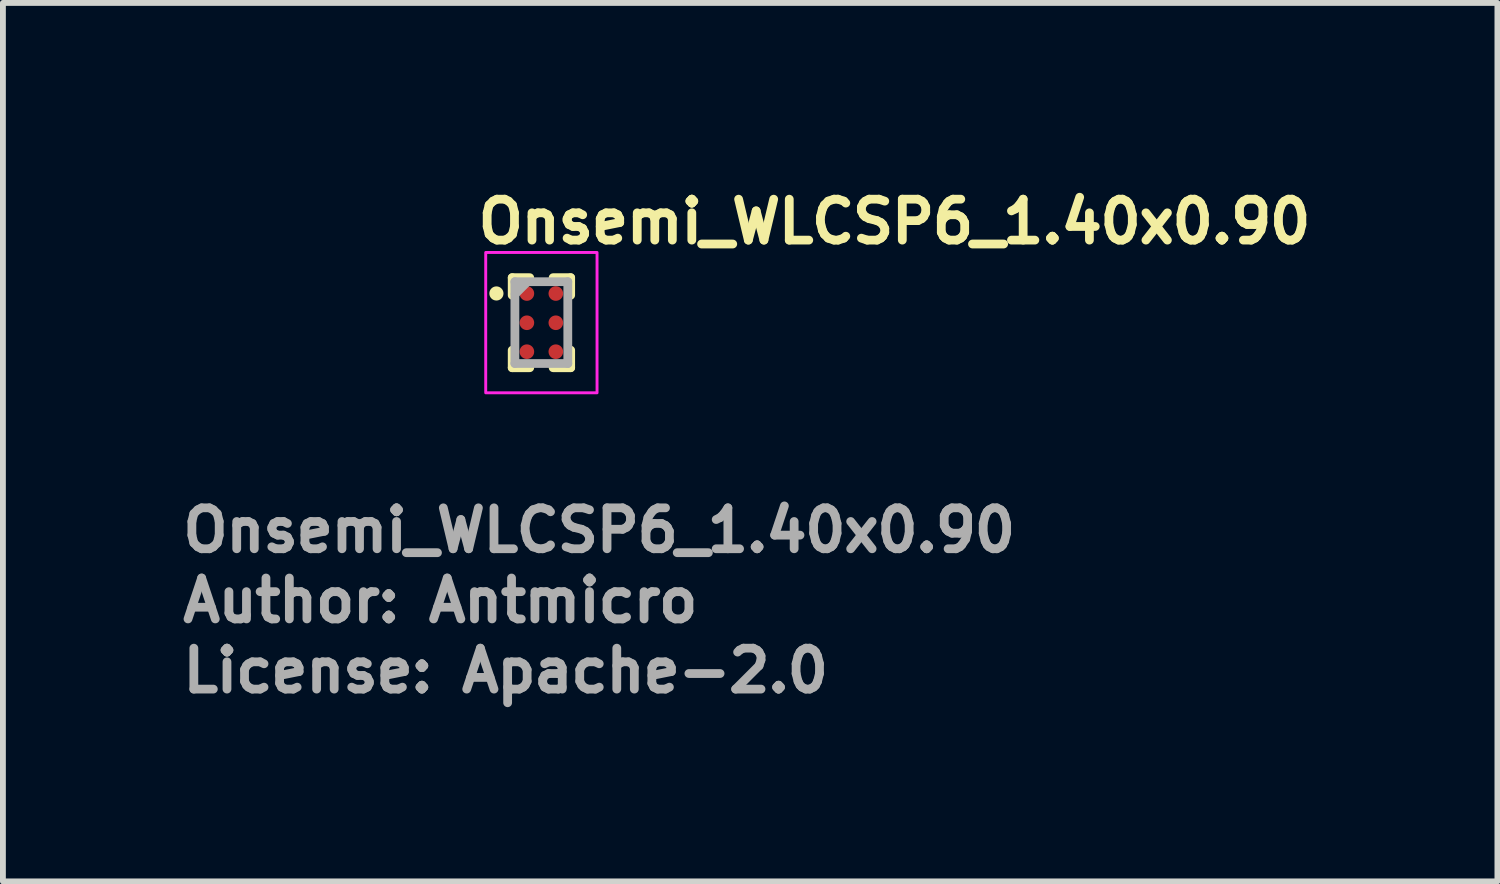
<source format=kicad_pcb>
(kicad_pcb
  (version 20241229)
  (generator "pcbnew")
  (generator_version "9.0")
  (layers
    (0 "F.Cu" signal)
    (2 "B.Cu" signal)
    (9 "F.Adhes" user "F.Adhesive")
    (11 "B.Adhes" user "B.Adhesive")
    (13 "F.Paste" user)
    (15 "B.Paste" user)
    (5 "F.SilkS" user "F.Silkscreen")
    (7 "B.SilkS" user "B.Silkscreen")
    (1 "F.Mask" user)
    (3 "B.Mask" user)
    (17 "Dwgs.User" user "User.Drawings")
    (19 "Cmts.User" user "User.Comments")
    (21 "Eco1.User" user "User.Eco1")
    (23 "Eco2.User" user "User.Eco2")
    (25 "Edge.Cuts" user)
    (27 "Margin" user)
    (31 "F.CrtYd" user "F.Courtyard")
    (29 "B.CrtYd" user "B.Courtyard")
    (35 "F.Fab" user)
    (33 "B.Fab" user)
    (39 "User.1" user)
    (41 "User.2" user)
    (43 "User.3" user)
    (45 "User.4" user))
  (footprint "Onsemi_WLCSP6_1.40x0.90"
    (layer "F.Cu")
    (at 6.21 2.469)
    (property "Reference" "Onsemi_WLCSP6_1.40x0.90" (at -1.16 -1.319 0) (layer "F.SilkS") (effects (font (size 0.7 0.7) (thickness 0.15)) (justify left bottom)))
    (attr smd)
    (fp_line (start -0.5 -0.47) (end -0.5 -0.77) (stroke (width 0.15) (type solid)) (layer "F.SilkS"))
    (fp_line (start -0.5 0.47) (end -0.5 0.77) (stroke (width 0.15) (type solid)) (layer "F.SilkS"))
    (fp_line (start -0.2 -0.77) (end -0.5 -0.77) (stroke (width 0.15) (type solid)) (layer "F.SilkS"))
    (fp_line (start -0.2 0.77) (end -0.5 0.77) (stroke (width 0.15) (type solid)) (layer "F.SilkS"))
    (fp_line (start 0.2 -0.77) (end 0.5 -0.77) (stroke (width 0.15) (type solid)) (layer "F.SilkS"))
    (fp_line (start 0.2 0.77) (end 0.5 0.77) (stroke (width 0.15) (type solid)) (layer "F.SilkS"))
    (fp_line (start 0.5 -0.47) (end 0.5 -0.77) (stroke (width 0.15) (type solid)) (layer "F.SilkS"))
    (fp_line (start 0.5 0.47) (end 0.5 0.77) (stroke (width 0.15) (type solid)) (layer "F.SilkS"))
    (fp_circle (center -0.77 -0.5) (end -0.724 -0.5) (stroke (width 0.15) (type solid)) (fill yes) (layer "F.SilkS"))
    (fp_rect (start -0.953 -1.201) (end 0.951 1.199) (stroke (width 0.05) (type solid)) (fill no) (layer "F.CrtYd"))
    (fp_line (start -0.454 0.698) (end -0.454 -0.701) (stroke (width 0.15) (type solid)) (layer "F.Fab"))
    (fp_line (start -0.25 -0.69) (end -0.45 -0.49) (stroke (width 0.15) (type solid)) (layer "F.Fab"))
    (fp_line (start 0.451 -0.701) (end -0.454 -0.701) (stroke (width 0.15) (type solid)) (layer "F.Fab"))
    (fp_line (start 0.451 0.698) (end -0.454 0.698) (stroke (width 0.15) (type solid)) (layer "F.Fab"))
    (fp_line (start 0.451 0.698) (end 0.451 -0.701) (stroke (width 0.15) (type solid)) (layer "F.Fab"))
    (fp_rect (start -0.453 -0.701) (end 0.451 0.699) (stroke (width 0.1) (type solid)) (fill no) (layer "User.5"))
    (fp_rect (start -0.453 -0.701) (end 0.451 0.699) (stroke (width 0.1) (type solid)) (fill no) (layer "User.5"))
    (fp_line (start -0.453 -0.701) (end 0.451 -0.701) (stroke (width 0.02) (type solid)) (layer "User.9"))
    (fp_line (start -0.453 0.699) (end -0.453 -0.701) (stroke (width 0.02) (type solid)) (layer "User.9"))
    (fp_line (start -0.453 0.699) (end 0.451 0.699) (stroke (width 0.02) (type solid)) (layer "User.9"))
    (fp_line (start -0.396 -0.596) (end -0.396 -0.593) (stroke (width 0.02) (type solid)) (layer "User.9"))
    (fp_line (start -0.396 -0.593) (end -0.396 -0.59) (stroke (width 0.02) (type solid)) (layer "User.9"))
    (fp_line (start -0.396 -0.59) (end -0.396 -0.587) (stroke (width 0.02) (type solid)) (layer "User.9"))
    (fp_line (start -0.396 -0.587) (end -0.396 -0.587) (stroke (width 0.02) (type solid)) (layer "User.9"))
    (fp_line (start -0.396 -0.587) (end -0.396 -0.584) (stroke (width 0.02) (type solid)) (layer "User.9"))
    (fp_line (start -0.396 -0.584) (end -0.396 -0.581) (stroke (width 0.02) (type solid)) (layer "User.9"))
    (fp_line (start -0.396 -0.581) (end -0.396 -0.578) (stroke (width 0.02) (type solid)) (layer "User.9"))
    (fp_line (start -0.396 -0.578) (end -0.395 -0.577) (stroke (width 0.02) (type solid)) (layer "User.9"))
    (fp_line (start -0.395 -0.598) (end -0.396 -0.596) (stroke (width 0.02) (type solid)) (layer "User.9"))
    (fp_line (start -0.395 -0.577) (end -0.394 -0.575) (stroke (width 0.02) (type solid)) (layer "User.9"))
    (fp_line (start -0.394 -0.604) (end -0.394 -0.601) (stroke (width 0.02) (type solid)) (layer "User.9"))
    (fp_line (start -0.394 -0.601) (end -0.395 -0.598) (stroke (width 0.02) (type solid)) (layer "User.9"))
    (fp_line (start -0.394 -0.575) (end -0.394 -0.572) (stroke (width 0.02) (type solid)) (layer "User.9"))
    (fp_line (start -0.394 -0.572) (end -0.393 -0.57) (stroke (width 0.02) (type solid)) (layer "User.9"))
    (fp_line (start -0.393 -0.606) (end -0.394 -0.604) (stroke (width 0.02) (type solid)) (layer "User.9"))
    (fp_line (start -0.393 -0.57) (end -0.392 -0.567) (stroke (width 0.02) (type solid)) (layer "User.9"))
    (fp_line (start -0.392 -0.609) (end -0.393 -0.606) (stroke (width 0.02) (type solid)) (layer "User.9"))
    (fp_line (start -0.392 -0.567) (end -0.391 -0.565) (stroke (width 0.02) (type solid)) (layer "User.9"))
    (fp_line (start -0.391 -0.611) (end -0.392 -0.609) (stroke (width 0.02) (type solid)) (layer "User.9"))
    (fp_line (start -0.391 -0.565) (end -0.389 -0.563) (stroke (width 0.02) (type solid)) (layer "User.9"))
    (fp_line (start -0.389 -0.614) (end -0.391 -0.611) (stroke (width 0.02) (type solid)) (layer "User.9"))
    (fp_line (start -0.389 -0.563) (end -0.388 -0.561) (stroke (width 0.02) (type solid)) (layer "User.9"))
    (fp_line (start -0.388 -0.616) (end -0.389 -0.614) (stroke (width 0.02) (type solid)) (layer "User.9"))
    (fp_line (start -0.388 -0.561) (end -0.387 -0.559) (stroke (width 0.02) (type solid)) (layer "User.9"))
    (fp_line (start -0.387 -0.618) (end -0.388 -0.616) (stroke (width 0.02) (type solid)) (layer "User.9"))
    (fp_line (start -0.387 -0.559) (end -0.382 -0.556) (stroke (width 0.02) (type solid)) (layer "User.9"))
    (fp_line (start -0.382 -0.621) (end -0.387 -0.618) (stroke (width 0.02) (type solid)) (layer "User.9"))
    (fp_line (start -0.382 -0.556) (end -0.38 -0.554) (stroke (width 0.02) (type solid)) (layer "User.9"))
    (fp_line (start -0.38 -0.623) (end -0.382 -0.621) (stroke (width 0.02) (type solid)) (layer "User.9"))
    (fp_line (start -0.38 -0.554) (end -0.379 -0.552) (stroke (width 0.02) (type solid)) (layer "User.9"))
    (fp_line (start -0.379 -0.625) (end -0.38 -0.623) (stroke (width 0.02) (type solid)) (layer "User.9"))
    (fp_line (start -0.379 -0.552) (end -0.377 -0.55) (stroke (width 0.02) (type solid)) (layer "User.9"))
    (fp_line (start -0.377 -0.627) (end -0.379 -0.625) (stroke (width 0.02) (type solid)) (layer "User.9"))
    (fp_line (start -0.377 -0.55) (end -0.375 -0.548) (stroke (width 0.02) (type solid)) (layer "User.9"))
    (fp_line (start -0.375 -0.629) (end -0.377 -0.627) (stroke (width 0.02) (type solid)) (layer "User.9"))
    (fp_line (start -0.375 -0.548) (end -0.373 -0.547) (stroke (width 0.02) (type solid)) (layer "User.9"))
    (fp_line (start -0.373 -0.63) (end -0.375 -0.629) (stroke (width 0.02) (type solid)) (layer "User.9"))
    (fp_line (start -0.373 -0.547) (end -0.371 -0.545) (stroke (width 0.02) (type solid)) (layer "User.9"))
    (fp_line (start -0.371 -0.632) (end -0.373 -0.63) (stroke (width 0.02) (type solid)) (layer "User.9"))
    (fp_line (start -0.371 -0.545) (end -0.368 -0.543) (stroke (width 0.02) (type solid)) (layer "User.9"))
    (fp_line (start -0.368 -0.634) (end -0.371 -0.632) (stroke (width 0.02) (type solid)) (layer "User.9"))
    (fp_line (start -0.368 -0.543) (end -0.366 -0.542) (stroke (width 0.02) (type solid)) (layer "User.9"))
    (fp_line (start -0.366 -0.635) (end -0.368 -0.634) (stroke (width 0.02) (type solid)) (layer "User.9"))
    (fp_line (start -0.366 -0.542) (end -0.364 -0.541) (stroke (width 0.02) (type solid)) (layer "User.9"))
    (fp_line (start -0.364 -0.636) (end -0.366 -0.635) (stroke (width 0.02) (type solid)) (layer "User.9"))
    (fp_line (start -0.364 -0.541) (end -0.361 -0.539) (stroke (width 0.02) (type solid)) (layer "User.9"))
    (fp_line (start -0.361 -0.638) (end -0.364 -0.636) (stroke (width 0.02) (type solid)) (layer "User.9"))
    (fp_line (start -0.361 -0.539) (end -0.359 -0.538) (stroke (width 0.02) (type solid)) (layer "User.9"))
    (fp_line (start -0.359 -0.639) (end -0.361 -0.638) (stroke (width 0.02) (type solid)) (layer "User.9"))
    (fp_line (start -0.359 -0.538) (end -0.356 -0.537) (stroke (width 0.02) (type solid)) (layer "User.9"))
    (fp_line (start -0.356 -0.643) (end -0.359 -0.639) (stroke (width 0.02) (type solid)) (layer "User.9"))
    (fp_line (start -0.356 -0.537) (end -0.354 -0.536) (stroke (width 0.02) (type solid)) (layer "User.9"))
    (fp_line (start -0.354 -0.644) (end -0.356 -0.643) (stroke (width 0.02) (type solid)) (layer "User.9"))
    (fp_line (start -0.354 -0.536) (end -0.352 -0.536) (stroke (width 0.02) (type solid)) (layer "User.9"))
    (fp_line (start -0.352 -0.644) (end -0.354 -0.644) (stroke (width 0.02) (type solid)) (layer "User.9"))
    (fp_line (start -0.352 -0.536) (end -0.35 -0.535) (stroke (width 0.02) (type solid)) (layer "User.9"))
    (fp_line (start -0.35 -0.645) (end -0.352 -0.644) (stroke (width 0.02) (type solid)) (layer "User.9"))
    (fp_line (start -0.35 -0.535) (end -0.348 -0.534) (stroke (width 0.02) (type solid)) (layer "User.9"))
    (fp_line (start -0.348 -0.646) (end -0.35 -0.645) (stroke (width 0.02) (type solid)) (layer "User.9"))
    (fp_line (start -0.348 -0.534) (end -0.345 -0.534) (stroke (width 0.02) (type solid)) (layer "User.9"))
    (fp_line (start -0.345 -0.646) (end -0.348 -0.646) (stroke (width 0.02) (type solid)) (layer "User.9"))
    (fp_line (start -0.345 -0.534) (end -0.343 -0.534) (stroke (width 0.02) (type solid)) (layer "User.9"))
    (fp_line (start -0.343 -0.646) (end -0.345 -0.646) (stroke (width 0.02) (type solid)) (layer "User.9"))
    (fp_line (start -0.343 -0.534) (end -0.34 -0.534) (stroke (width 0.02) (type solid)) (layer "User.9"))
    (fp_line (start -0.34 -0.646) (end -0.343 -0.646) (stroke (width 0.02) (type solid)) (layer "User.9"))
    (fp_line (start -0.34 -0.646) (end -0.34 -0.646) (stroke (width 0.02) (type solid)) (layer "User.9"))
    (fp_line (start -0.34 -0.534) (end -0.34 -0.534) (stroke (width 0.02) (type solid)) (layer "User.9"))
    (fp_line (start -0.34 -0.534) (end -0.337 -0.534) (stroke (width 0.02) (type solid)) (layer "User.9"))
    (fp_line (start -0.337 -0.646) (end -0.34 -0.646) (stroke (width 0.02) (type solid)) (layer "User.9"))
    (fp_line (start -0.337 -0.534) (end -0.334 -0.534) (stroke (width 0.02) (type solid)) (layer "User.9"))
    (fp_line (start -0.334 -0.646) (end -0.337 -0.646) (stroke (width 0.02) (type solid)) (layer "User.9"))
    (fp_line (start -0.334 -0.534) (end -0.331 -0.534) (stroke (width 0.02) (type solid)) (layer "User.9"))
    (fp_line (start -0.331 -0.646) (end -0.334 -0.646) (stroke (width 0.02) (type solid)) (layer "User.9"))
    (fp_line (start -0.331 -0.534) (end -0.329 -0.535) (stroke (width 0.02) (type solid)) (layer "User.9"))
    (fp_line (start -0.329 -0.645) (end -0.331 -0.646) (stroke (width 0.02) (type solid)) (layer "User.9"))
    (fp_line (start -0.329 -0.535) (end -0.326 -0.536) (stroke (width 0.02) (type solid)) (layer "User.9"))
    (fp_line (start -0.326 -0.644) (end -0.329 -0.645) (stroke (width 0.02) (type solid)) (layer "User.9"))
    (fp_line (start -0.326 -0.536) (end -0.323 -0.536) (stroke (width 0.02) (type solid)) (layer "User.9"))
    (fp_line (start -0.323 -0.644) (end -0.326 -0.644) (stroke (width 0.02) (type solid)) (layer "User.9"))
    (fp_line (start -0.323 -0.536) (end -0.318 -0.537) (stroke (width 0.02) (type solid)) (layer "User.9"))
    (fp_line (start -0.318 -0.643) (end -0.323 -0.644) (stroke (width 0.02) (type solid)) (layer "User.9"))
    (fp_line (start -0.318 -0.537) (end -0.315 -0.538) (stroke (width 0.02) (type solid)) (layer "User.9"))
    (fp_line (start -0.315 -0.639) (end -0.318 -0.643) (stroke (width 0.02) (type solid)) (layer "User.9"))
    (fp_line (start -0.315 -0.538) (end -0.313 -0.539) (stroke (width 0.02) (type solid)) (layer "User.9"))
    (fp_line (start -0.313 -0.638) (end -0.315 -0.639) (stroke (width 0.02) (type solid)) (layer "User.9"))
    (fp_line (start -0.313 -0.539) (end -0.31 -0.541) (stroke (width 0.02) (type solid)) (layer "User.9"))
    (fp_line (start -0.31 -0.636) (end -0.313 -0.638) (stroke (width 0.02) (type solid)) (layer "User.9"))
    (fp_line (start -0.31 -0.541) (end -0.308 -0.542) (stroke (width 0.02) (type solid)) (layer "User.9"))
    (fp_line (start -0.308 -0.635) (end -0.31 -0.636) (stroke (width 0.02) (type solid)) (layer "User.9"))
    (fp_line (start -0.308 -0.542) (end -0.306 -0.543) (stroke (width 0.02) (type solid)) (layer "User.9"))
    (fp_line (start -0.306 -0.634) (end -0.308 -0.635) (stroke (width 0.02) (type solid)) (layer "User.9"))
    (fp_line (start -0.306 -0.543) (end -0.303 -0.545) (stroke (width 0.02) (type solid)) (layer "User.9"))
    (fp_line (start -0.303 -0.632) (end -0.306 -0.634) (stroke (width 0.02) (type solid)) (layer "User.9"))
    (fp_line (start -0.303 -0.545) (end -0.301 -0.547) (stroke (width 0.02) (type solid)) (layer "User.9"))
    (fp_line (start -0.301 -0.63) (end -0.303 -0.632) (stroke (width 0.02) (type solid)) (layer "User.9"))
    (fp_line (start -0.301 -0.547) (end -0.299 -0.548) (stroke (width 0.02) (type solid)) (layer "User.9"))
    (fp_line (start -0.299 -0.629) (end -0.301 -0.63) (stroke (width 0.02) (type solid)) (layer "User.9"))
    (fp_line (start -0.299 -0.548) (end -0.297 -0.55) (stroke (width 0.02) (type solid)) (layer "User.9"))
    (fp_line (start -0.297 -0.627) (end -0.299 -0.629) (stroke (width 0.02) (type solid)) (layer "User.9"))
    (fp_line (start -0.297 -0.55) (end -0.295 -0.552) (stroke (width 0.02) (type solid)) (layer "User.9"))
    (fp_line (start -0.295 -0.625) (end -0.297 -0.627) (stroke (width 0.02) (type solid)) (layer "User.9"))
    (fp_line (start -0.295 -0.552) (end -0.294 -0.554) (stroke (width 0.02) (type solid)) (layer "User.9"))
    (fp_line (start -0.294 -0.623) (end -0.295 -0.625) (stroke (width 0.02) (type solid)) (layer "User.9"))
    (fp_line (start -0.294 -0.554) (end -0.292 -0.556) (stroke (width 0.02) (type solid)) (layer "User.9"))
    (fp_line (start -0.292 -0.621) (end -0.294 -0.623) (stroke (width 0.02) (type solid)) (layer "User.9"))
    (fp_line (start -0.292 -0.556) (end -0.29 -0.559) (stroke (width 0.02) (type solid)) (layer "User.9"))
    (fp_line (start -0.29 -0.618) (end -0.292 -0.621) (stroke (width 0.02) (type solid)) (layer "User.9"))
    (fp_line (start -0.29 -0.559) (end -0.289 -0.561) (stroke (width 0.02) (type solid)) (layer "User.9"))
    (fp_line (start -0.289 -0.616) (end -0.29 -0.618) (stroke (width 0.02) (type solid)) (layer "User.9"))
    (fp_line (start -0.289 -0.614) (end -0.289 -0.616) (stroke (width 0.02) (type solid)) (layer "User.9"))
    (fp_line (start -0.289 -0.563) (end -0.288 -0.565) (stroke (width 0.02) (type solid)) (layer "User.9"))
    (fp_line (start -0.289 -0.561) (end -0.289 -0.563) (stroke (width 0.02) (type solid)) (layer "User.9"))
    (fp_line (start -0.288 -0.611) (end -0.289 -0.614) (stroke (width 0.02) (type solid)) (layer "User.9"))
    (fp_line (start -0.288 -0.565) (end -0.287 -0.567) (stroke (width 0.02) (type solid)) (layer "User.9"))
    (fp_line (start -0.287 -0.609) (end -0.288 -0.611) (stroke (width 0.02) (type solid)) (layer "User.9"))
    (fp_line (start -0.287 -0.567) (end -0.286 -0.57) (stroke (width 0.02) (type solid)) (layer "User.9"))
    (fp_line (start -0.286 -0.606) (end -0.287 -0.609) (stroke (width 0.02) (type solid)) (layer "User.9"))
    (fp_line (start -0.286 -0.57) (end -0.285 -0.572) (stroke (width 0.02) (type solid)) (layer "User.9"))
    (fp_line (start -0.285 -0.604) (end -0.286 -0.606) (stroke (width 0.02) (type solid)) (layer "User.9"))
    (fp_line (start -0.285 -0.601) (end -0.285 -0.604) (stroke (width 0.02) (type solid)) (layer "User.9"))
    (fp_line (start -0.285 -0.575) (end -0.284 -0.577) (stroke (width 0.02) (type solid)) (layer "User.9"))
    (fp_line (start -0.285 -0.572) (end -0.285 -0.575) (stroke (width 0.02) (type solid)) (layer "User.9"))
    (fp_line (start -0.284 -0.598) (end -0.285 -0.601) (stroke (width 0.02) (type solid)) (layer "User.9"))
    (fp_line (start -0.284 -0.577) (end -0.283 -0.578) (stroke (width 0.02) (type solid)) (layer "User.9"))
    (fp_line (start -0.283 -0.596) (end -0.284 -0.598) (stroke (width 0.02) (type solid)) (layer "User.9"))
    (fp_line (start -0.283 -0.593) (end -0.283 -0.596) (stroke (width 0.02) (type solid)) (layer "User.9"))
    (fp_line (start -0.283 -0.59) (end -0.283 -0.593) (stroke (width 0.02) (type solid)) (layer "User.9"))
    (fp_line (start -0.283 -0.587) (end -0.283 -0.59) (stroke (width 0.02) (type solid)) (layer "User.9"))
    (fp_line (start -0.283 -0.587) (end -0.283 -0.587) (stroke (width 0.02) (type solid)) (layer "User.9"))
    (fp_line (start -0.283 -0.587) (end -0.283 -0.587) (stroke (width 0.02) (type solid)) (layer "User.9"))
    (fp_line (start -0.283 -0.584) (end -0.283 -0.587) (stroke (width 0.02) (type solid)) (layer "User.9"))
    (fp_line (start -0.283 -0.581) (end -0.283 -0.584) (stroke (width 0.02) (type solid)) (layer "User.9"))
    (fp_line (start -0.283 -0.578) (end -0.283 -0.581) (stroke (width 0.02) (type solid)) (layer "User.9"))
    (fp_line (start 0.451 0.699) (end 0.451 -0.701) (stroke (width 0.02) (type solid)) (layer "User.9"))
    (fp_text user "Author: Antmicro" (at -6.21 5.16 0) (layer "F.Fab") (effects (font (size 0.7 0.7) (thickness 0.15)) (justify left bottom)))
    (fp_text user "License: Apache-2.0" (at -6.21 6.36 0) (layer "F.Fab") (effects (font (size 0.7 0.7) (thickness 0.15)) (justify left bottom)))
    (fp_text user "${REFERENCE}" (at -6.21 3.96 0) (layer "F.Fab") (effects (font (size 0.7 0.7) (thickness 0.15)) (justify left bottom)))
    (pad "A1" smd circle (at -0.249 -0.499) (size 0.25 0.25) (layers "F.Cu" "F.Mask" "F.Paste"))
    (pad "A2" smd circle (at 0.246 -0.499) (size 0.25 0.25) (layers "F.Cu" "F.Mask" "F.Paste"))
    (pad "B1" smd circle (at -0.249 0.001) (size 0.25 0.25) (layers "F.Cu" "F.Mask" "F.Paste"))
    (pad "B2" smd circle (at 0.246 0.001) (size 0.25 0.25) (layers "F.Cu" "F.Mask" "F.Paste"))
    (pad "C1" smd circle (at -0.249 0.496) (size 0.25 0.25) (layers "F.Cu" "F.Mask" "F.Paste"))
    (pad "C2" smd circle (at 0.246 0.496) (size 0.25 0.25) (layers "F.Cu" "F.Mask" "F.Paste")))
  (gr_rect
    (start -3 -3)
    (end 22.56 12.024)
    (stroke (width 0.1) (type default))
    (fill no)
    (layer "Edge.Cuts")))
</source>
